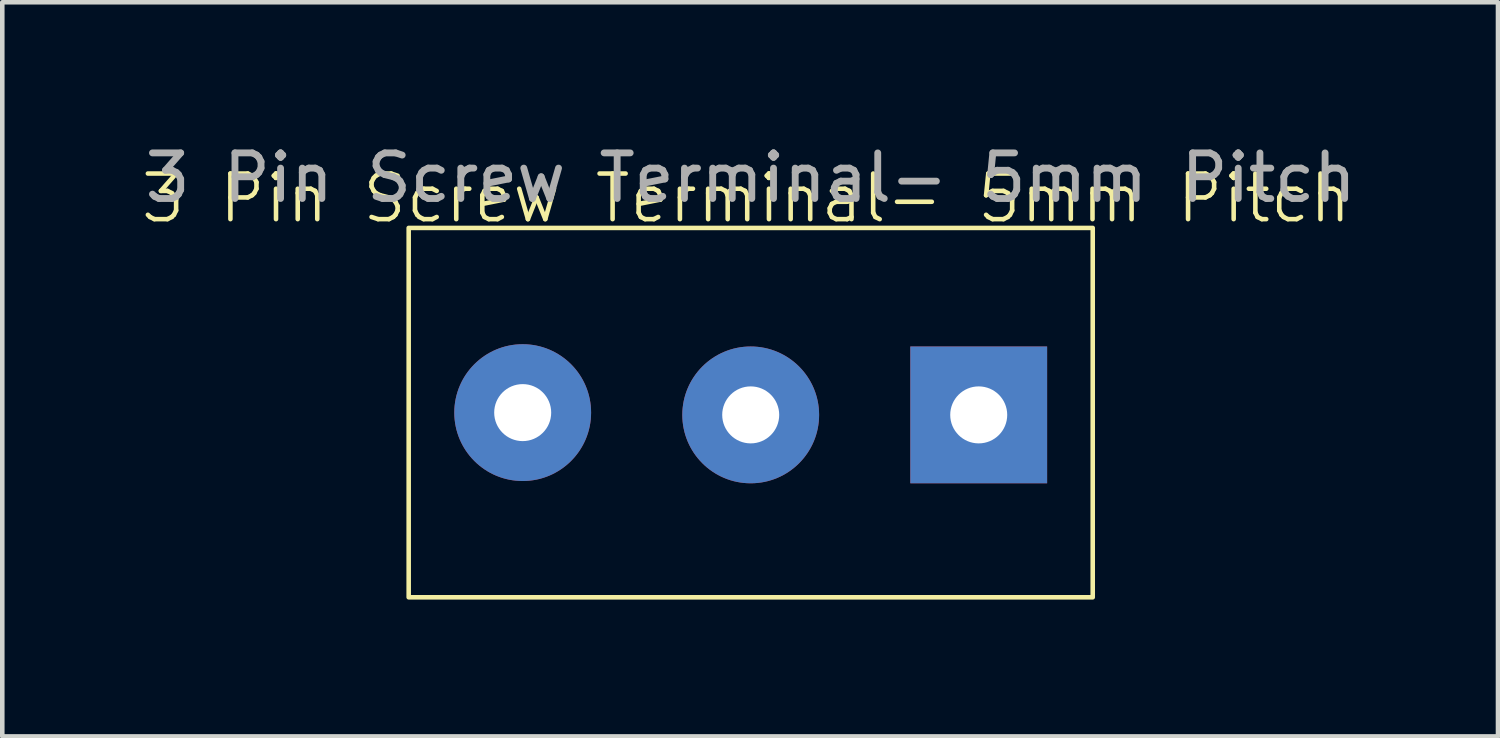
<source format=kicad_pcb>
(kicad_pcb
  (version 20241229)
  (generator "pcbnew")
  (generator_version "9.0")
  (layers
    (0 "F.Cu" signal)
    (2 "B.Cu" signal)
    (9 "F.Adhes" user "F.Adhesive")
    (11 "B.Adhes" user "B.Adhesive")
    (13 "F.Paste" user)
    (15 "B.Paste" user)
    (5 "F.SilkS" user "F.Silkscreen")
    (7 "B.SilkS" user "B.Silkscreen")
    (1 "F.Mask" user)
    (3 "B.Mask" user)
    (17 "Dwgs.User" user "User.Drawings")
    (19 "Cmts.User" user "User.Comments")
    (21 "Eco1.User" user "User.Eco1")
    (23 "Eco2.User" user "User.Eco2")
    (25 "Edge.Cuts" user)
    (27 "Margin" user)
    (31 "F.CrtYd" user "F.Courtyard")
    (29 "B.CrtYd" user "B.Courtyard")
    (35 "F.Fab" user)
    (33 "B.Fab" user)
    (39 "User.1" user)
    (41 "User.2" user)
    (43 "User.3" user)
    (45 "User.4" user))
  (footprint "3 Pin Screw Terminal- 5mm Pitch"
    (layer "F.Cu")
    (at 13.312 6.098)
    (property "Reference" "3 Pin Screw Terminal- 5mm Pitch" (at 0 -4.8 0) (unlocked yes) (layer "F.SilkS") (effects (font (size 1 1) (thickness 0.1))))
    (attr through_hole)
    (fp_rect (start -7.4 -4.15) (end 7.6 3.95) (stroke (width 0.1) (type default)) (fill no) (layer "F.SilkS"))
    (fp_text user "${REFERENCE}" (at 0.1 -5.25 0) (unlocked yes) (layer "F.Fab") (effects (font (size 1 1) (thickness 0.15))))
    (pad "1" thru_hole circle (at -4.9 -0.1) (size 3 3) (drill 1.25) (layers "*.Cu" "*.Mask"))
    (pad "2" thru_hole circle (at 0.1 -0.05) (size 3 3) (drill 1.25) (layers "*.Cu" "*.Mask"))
    (pad "3" thru_hole rect (at 5.1 -0.05 90) (size 3 3) (drill 1.25) (layers "*.Cu" "*.Mask")))
  (gr_rect
    (start -3 -3)
    (end 29.799 13.098)
    (stroke (width 0.1) (type default))
    (fill no)
    (layer "Edge.Cuts")))
</source>
